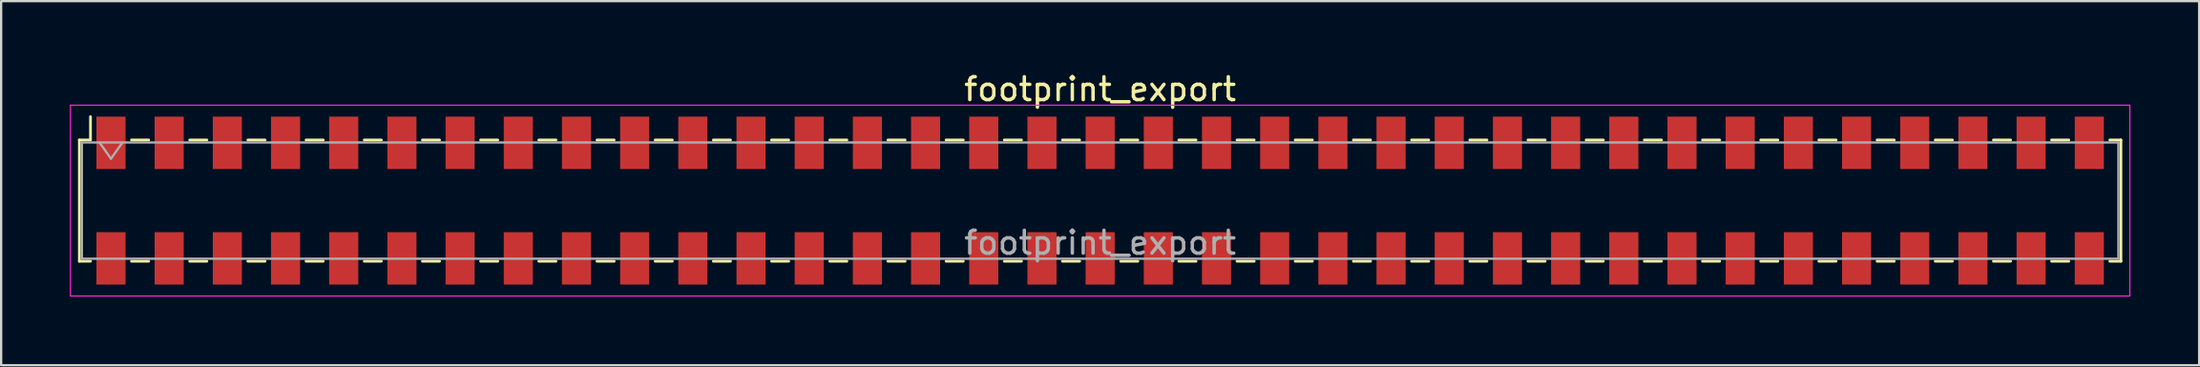
<source format=kicad_pcb>
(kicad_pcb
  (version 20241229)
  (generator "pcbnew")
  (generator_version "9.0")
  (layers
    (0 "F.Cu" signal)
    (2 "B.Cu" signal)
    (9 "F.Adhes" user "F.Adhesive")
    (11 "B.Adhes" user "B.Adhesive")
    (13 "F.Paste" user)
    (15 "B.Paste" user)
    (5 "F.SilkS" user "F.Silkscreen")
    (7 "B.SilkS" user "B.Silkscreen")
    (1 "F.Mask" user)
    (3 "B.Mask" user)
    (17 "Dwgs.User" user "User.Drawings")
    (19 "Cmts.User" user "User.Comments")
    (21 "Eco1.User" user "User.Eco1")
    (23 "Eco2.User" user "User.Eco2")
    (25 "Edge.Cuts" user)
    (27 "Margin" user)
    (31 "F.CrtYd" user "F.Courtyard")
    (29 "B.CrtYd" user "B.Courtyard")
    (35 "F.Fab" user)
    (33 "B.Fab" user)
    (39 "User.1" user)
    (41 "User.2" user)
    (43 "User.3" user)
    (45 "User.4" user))
  (footprint "footprint_export"
    (layer "F.Cu")
    (at 44.975 5.718)
    (property "Reference" "footprint_export" (at 0 -4.87 0) (layer "F.SilkS") (effects (font (size 1 1) (thickness 0.15))))
    (attr smd)
    (fp_line (start -44.56 -2.65) (end -44.56 2.65) (stroke (width 0.12) (type solid)) (layer "F.SilkS"))
    (fp_line (start -44.56 2.65) (end -44.075 2.65) (stroke (width 0.12) (type solid)) (layer "F.SilkS"))
    (fp_line (start -44.075 -3.67) (end -44.075 -2.65) (stroke (width 0.12) (type solid)) (layer "F.SilkS"))
    (fp_line (start -44.075 -2.65) (end -44.56 -2.65) (stroke (width 0.12) (type solid)) (layer "F.SilkS"))
    (fp_line (start -42.285 -2.65) (end -41.535 -2.65) (stroke (width 0.12) (type solid)) (layer "F.SilkS"))
    (fp_line (start -42.285 2.65) (end -41.535 2.65) (stroke (width 0.12) (type solid)) (layer "F.SilkS"))
    (fp_line (start -39.745 -2.65) (end -38.995 -2.65) (stroke (width 0.12) (type solid)) (layer "F.SilkS"))
    (fp_line (start -39.745 2.65) (end -38.995 2.65) (stroke (width 0.12) (type solid)) (layer "F.SilkS"))
    (fp_line (start -37.205 -2.65) (end -36.455 -2.65) (stroke (width 0.12) (type solid)) (layer "F.SilkS"))
    (fp_line (start -37.205 2.65) (end -36.455 2.65) (stroke (width 0.12) (type solid)) (layer "F.SilkS"))
    (fp_line (start -34.665 -2.65) (end -33.915 -2.65) (stroke (width 0.12) (type solid)) (layer "F.SilkS"))
    (fp_line (start -34.665 2.65) (end -33.915 2.65) (stroke (width 0.12) (type solid)) (layer "F.SilkS"))
    (fp_line (start -32.125 -2.65) (end -31.375 -2.65) (stroke (width 0.12) (type solid)) (layer "F.SilkS"))
    (fp_line (start -32.125 2.65) (end -31.375 2.65) (stroke (width 0.12) (type solid)) (layer "F.SilkS"))
    (fp_line (start -29.585 -2.65) (end -28.835 -2.65) (stroke (width 0.12) (type solid)) (layer "F.SilkS"))
    (fp_line (start -29.585 2.65) (end -28.835 2.65) (stroke (width 0.12) (type solid)) (layer "F.SilkS"))
    (fp_line (start -27.045 -2.65) (end -26.295 -2.65) (stroke (width 0.12) (type solid)) (layer "F.SilkS"))
    (fp_line (start -27.045 2.65) (end -26.295 2.65) (stroke (width 0.12) (type solid)) (layer "F.SilkS"))
    (fp_line (start -24.505 -2.65) (end -23.755 -2.65) (stroke (width 0.12) (type solid)) (layer "F.SilkS"))
    (fp_line (start -24.505 2.65) (end -23.755 2.65) (stroke (width 0.12) (type solid)) (layer "F.SilkS"))
    (fp_line (start -21.965 -2.65) (end -21.215 -2.65) (stroke (width 0.12) (type solid)) (layer "F.SilkS"))
    (fp_line (start -21.965 2.65) (end -21.215 2.65) (stroke (width 0.12) (type solid)) (layer "F.SilkS"))
    (fp_line (start -19.425 -2.65) (end -18.675 -2.65) (stroke (width 0.12) (type solid)) (layer "F.SilkS"))
    (fp_line (start -19.425 2.65) (end -18.675 2.65) (stroke (width 0.12) (type solid)) (layer "F.SilkS"))
    (fp_line (start -16.885 -2.65) (end -16.135 -2.65) (stroke (width 0.12) (type solid)) (layer "F.SilkS"))
    (fp_line (start -16.885 2.65) (end -16.135 2.65) (stroke (width 0.12) (type solid)) (layer "F.SilkS"))
    (fp_line (start -14.345 -2.65) (end -13.595 -2.65) (stroke (width 0.12) (type solid)) (layer "F.SilkS"))
    (fp_line (start -14.345 2.65) (end -13.595 2.65) (stroke (width 0.12) (type solid)) (layer "F.SilkS"))
    (fp_line (start -11.805 -2.65) (end -11.055 -2.65) (stroke (width 0.12) (type solid)) (layer "F.SilkS"))
    (fp_line (start -11.805 2.65) (end -11.055 2.65) (stroke (width 0.12) (type solid)) (layer "F.SilkS"))
    (fp_line (start -9.265 -2.65) (end -8.515 -2.65) (stroke (width 0.12) (type solid)) (layer "F.SilkS"))
    (fp_line (start -9.265 2.65) (end -8.515 2.65) (stroke (width 0.12) (type solid)) (layer "F.SilkS"))
    (fp_line (start -6.725 -2.65) (end -5.975 -2.65) (stroke (width 0.12) (type solid)) (layer "F.SilkS"))
    (fp_line (start -6.725 2.65) (end -5.975 2.65) (stroke (width 0.12) (type solid)) (layer "F.SilkS"))
    (fp_line (start -4.185 -2.65) (end -3.435 -2.65) (stroke (width 0.12) (type solid)) (layer "F.SilkS"))
    (fp_line (start -4.185 2.65) (end -3.435 2.65) (stroke (width 0.12) (type solid)) (layer "F.SilkS"))
    (fp_line (start -1.645 -2.65) (end -0.895 -2.65) (stroke (width 0.12) (type solid)) (layer "F.SilkS"))
    (fp_line (start -1.645 2.65) (end -0.895 2.65) (stroke (width 0.12) (type solid)) (layer "F.SilkS"))
    (fp_line (start 0.895 -2.65) (end 1.645 -2.65) (stroke (width 0.12) (type solid)) (layer "F.SilkS"))
    (fp_line (start 0.895 2.65) (end 1.645 2.65) (stroke (width 0.12) (type solid)) (layer "F.SilkS"))
    (fp_line (start 3.435 -2.65) (end 4.185 -2.65) (stroke (width 0.12) (type solid)) (layer "F.SilkS"))
    (fp_line (start 3.435 2.65) (end 4.185 2.65) (stroke (width 0.12) (type solid)) (layer "F.SilkS"))
    (fp_line (start 5.975 -2.65) (end 6.725 -2.65) (stroke (width 0.12) (type solid)) (layer "F.SilkS"))
    (fp_line (start 5.975 2.65) (end 6.725 2.65) (stroke (width 0.12) (type solid)) (layer "F.SilkS"))
    (fp_line (start 8.515 -2.65) (end 9.265 -2.65) (stroke (width 0.12) (type solid)) (layer "F.SilkS"))
    (fp_line (start 8.515 2.65) (end 9.265 2.65) (stroke (width 0.12) (type solid)) (layer "F.SilkS"))
    (fp_line (start 11.055 -2.65) (end 11.805 -2.65) (stroke (width 0.12) (type solid)) (layer "F.SilkS"))
    (fp_line (start 11.055 2.65) (end 11.805 2.65) (stroke (width 0.12) (type solid)) (layer "F.SilkS"))
    (fp_line (start 13.595 -2.65) (end 14.345 -2.65) (stroke (width 0.12) (type solid)) (layer "F.SilkS"))
    (fp_line (start 13.595 2.65) (end 14.345 2.65) (stroke (width 0.12) (type solid)) (layer "F.SilkS"))
    (fp_line (start 16.135 -2.65) (end 16.885 -2.65) (stroke (width 0.12) (type solid)) (layer "F.SilkS"))
    (fp_line (start 16.135 2.65) (end 16.885 2.65) (stroke (width 0.12) (type solid)) (layer "F.SilkS"))
    (fp_line (start 18.675 -2.65) (end 19.425 -2.65) (stroke (width 0.12) (type solid)) (layer "F.SilkS"))
    (fp_line (start 18.675 2.65) (end 19.425 2.65) (stroke (width 0.12) (type solid)) (layer "F.SilkS"))
    (fp_line (start 21.215 -2.65) (end 21.965 -2.65) (stroke (width 0.12) (type solid)) (layer "F.SilkS"))
    (fp_line (start 21.215 2.65) (end 21.965 2.65) (stroke (width 0.12) (type solid)) (layer "F.SilkS"))
    (fp_line (start 23.755 -2.65) (end 24.505 -2.65) (stroke (width 0.12) (type solid)) (layer "F.SilkS"))
    (fp_line (start 23.755 2.65) (end 24.505 2.65) (stroke (width 0.12) (type solid)) (layer "F.SilkS"))
    (fp_line (start 26.295 -2.65) (end 27.045 -2.65) (stroke (width 0.12) (type solid)) (layer "F.SilkS"))
    (fp_line (start 26.295 2.65) (end 27.045 2.65) (stroke (width 0.12) (type solid)) (layer "F.SilkS"))
    (fp_line (start 28.835 -2.65) (end 29.585 -2.65) (stroke (width 0.12) (type solid)) (layer "F.SilkS"))
    (fp_line (start 28.835 2.65) (end 29.585 2.65) (stroke (width 0.12) (type solid)) (layer "F.SilkS"))
    (fp_line (start 31.375 -2.65) (end 32.125 -2.65) (stroke (width 0.12) (type solid)) (layer "F.SilkS"))
    (fp_line (start 31.375 2.65) (end 32.125 2.65) (stroke (width 0.12) (type solid)) (layer "F.SilkS"))
    (fp_line (start 33.915 -2.65) (end 34.665 -2.65) (stroke (width 0.12) (type solid)) (layer "F.SilkS"))
    (fp_line (start 33.915 2.65) (end 34.665 2.65) (stroke (width 0.12) (type solid)) (layer "F.SilkS"))
    (fp_line (start 36.455 -2.65) (end 37.205 -2.65) (stroke (width 0.12) (type solid)) (layer "F.SilkS"))
    (fp_line (start 36.455 2.65) (end 37.205 2.65) (stroke (width 0.12) (type solid)) (layer "F.SilkS"))
    (fp_line (start 38.995 -2.65) (end 39.745 -2.65) (stroke (width 0.12) (type solid)) (layer "F.SilkS"))
    (fp_line (start 38.995 2.65) (end 39.745 2.65) (stroke (width 0.12) (type solid)) (layer "F.SilkS"))
    (fp_line (start 41.535 -2.65) (end 42.285 -2.65) (stroke (width 0.12) (type solid)) (layer "F.SilkS"))
    (fp_line (start 41.535 2.65) (end 42.285 2.65) (stroke (width 0.12) (type solid)) (layer "F.SilkS"))
    (fp_line (start 44.075 -2.65) (end 44.56 -2.65) (stroke (width 0.12) (type solid)) (layer "F.SilkS"))
    (fp_line (start 44.56 -2.65) (end 44.56 2.65) (stroke (width 0.12) (type solid)) (layer "F.SilkS"))
    (fp_line (start 44.56 2.65) (end 44.075 2.65) (stroke (width 0.12) (type solid)) (layer "F.SilkS"))
    (fp_line (start -44.95 -4.17) (end 44.95 -4.17) (stroke (width 0.05) (type solid)) (layer "F.CrtYd"))
    (fp_line (start -44.95 4.17) (end -44.95 -4.17) (stroke (width 0.05) (type solid)) (layer "F.CrtYd"))
    (fp_line (start 44.95 -4.17) (end 44.95 4.17) (stroke (width 0.05) (type solid)) (layer "F.CrtYd"))
    (fp_line (start 44.95 4.17) (end -44.95 4.17) (stroke (width 0.05) (type solid)) (layer "F.CrtYd"))
    (fp_line (start -44.45 -2.54) (end 44.45 -2.54) (stroke (width 0.1) (type solid)) (layer "F.Fab"))
    (fp_line (start -44.45 2.54) (end -44.45 -2.54) (stroke (width 0.1) (type solid)) (layer "F.Fab"))
    (fp_line (start -43.68 -2.54) (end -43.18 -1.833) (stroke (width 0.1) (type solid)) (layer "F.Fab"))
    (fp_line (start -43.18 -1.833) (end -42.68 -2.54) (stroke (width 0.1) (type solid)) (layer "F.Fab"))
    (fp_line (start 44.45 -2.54) (end 44.45 2.54) (stroke (width 0.1) (type solid)) (layer "F.Fab"))
    (fp_line (start 44.45 2.54) (end -44.45 2.54) (stroke (width 0.1) (type solid)) (layer "F.Fab"))
    (fp_text user "${REFERENCE}" (at 0 1.84 0) (layer "F.Fab") (effects (font (size 1 1) (thickness 0.15))))
    (pad "1" smd rect (at -43.18 -2.525) (size 1.27 2.29) (layers "F.Cu" "F.Mask" "F.Paste"))
    (pad "2" smd rect (at -43.18 2.525) (size 1.27 2.29) (layers "F.Cu" "F.Mask" "F.Paste"))
    (pad "3" smd rect (at -40.64 -2.525) (size 1.27 2.29) (layers "F.Cu" "F.Mask" "F.Paste"))
    (pad "4" smd rect (at -40.64 2.525) (size 1.27 2.29) (layers "F.Cu" "F.Mask" "F.Paste"))
    (pad "5" smd rect (at -38.1 -2.525) (size 1.27 2.29) (layers "F.Cu" "F.Mask" "F.Paste"))
    (pad "6" smd rect (at -38.1 2.525) (size 1.27 2.29) (layers "F.Cu" "F.Mask" "F.Paste"))
    (pad "7" smd rect (at -35.56 -2.525) (size 1.27 2.29) (layers "F.Cu" "F.Mask" "F.Paste"))
    (pad "8" smd rect (at -35.56 2.525) (size 1.27 2.29) (layers "F.Cu" "F.Mask" "F.Paste"))
    (pad "9" smd rect (at -33.02 -2.525) (size 1.27 2.29) (layers "F.Cu" "F.Mask" "F.Paste"))
    (pad "10" smd rect (at -33.02 2.525) (size 1.27 2.29) (layers "F.Cu" "F.Mask" "F.Paste"))
    (pad "11" smd rect (at -30.48 -2.525) (size 1.27 2.29) (layers "F.Cu" "F.Mask" "F.Paste"))
    (pad "12" smd rect (at -30.48 2.525) (size 1.27 2.29) (layers "F.Cu" "F.Mask" "F.Paste"))
    (pad "13" smd rect (at -27.94 -2.525) (size 1.27 2.29) (layers "F.Cu" "F.Mask" "F.Paste"))
    (pad "14" smd rect (at -27.94 2.525) (size 1.27 2.29) (layers "F.Cu" "F.Mask" "F.Paste"))
    (pad "15" smd rect (at -25.4 -2.525) (size 1.27 2.29) (layers "F.Cu" "F.Mask" "F.Paste"))
    (pad "16" smd rect (at -25.4 2.525) (size 1.27 2.29) (layers "F.Cu" "F.Mask" "F.Paste"))
    (pad "17" smd rect (at -22.86 -2.525) (size 1.27 2.29) (layers "F.Cu" "F.Mask" "F.Paste"))
    (pad "18" smd rect (at -22.86 2.525) (size 1.27 2.29) (layers "F.Cu" "F.Mask" "F.Paste"))
    (pad "19" smd rect (at -20.32 -2.525) (size 1.27 2.29) (layers "F.Cu" "F.Mask" "F.Paste"))
    (pad "20" smd rect (at -20.32 2.525) (size 1.27 2.29) (layers "F.Cu" "F.Mask" "F.Paste"))
    (pad "21" smd rect (at -17.78 -2.525) (size 1.27 2.29) (layers "F.Cu" "F.Mask" "F.Paste"))
    (pad "22" smd rect (at -17.78 2.525) (size 1.27 2.29) (layers "F.Cu" "F.Mask" "F.Paste"))
    (pad "23" smd rect (at -15.24 -2.525) (size 1.27 2.29) (layers "F.Cu" "F.Mask" "F.Paste"))
    (pad "24" smd rect (at -15.24 2.525) (size 1.27 2.29) (layers "F.Cu" "F.Mask" "F.Paste"))
    (pad "25" smd rect (at -12.7 -2.525) (size 1.27 2.29) (layers "F.Cu" "F.Mask" "F.Paste"))
    (pad "26" smd rect (at -12.7 2.525) (size 1.27 2.29) (layers "F.Cu" "F.Mask" "F.Paste"))
    (pad "27" smd rect (at -10.16 -2.525) (size 1.27 2.29) (layers "F.Cu" "F.Mask" "F.Paste"))
    (pad "28" smd rect (at -10.16 2.525) (size 1.27 2.29) (layers "F.Cu" "F.Mask" "F.Paste"))
    (pad "29" smd rect (at -7.62 -2.525) (size 1.27 2.29) (layers "F.Cu" "F.Mask" "F.Paste"))
    (pad "30" smd rect (at -7.62 2.525) (size 1.27 2.29) (layers "F.Cu" "F.Mask" "F.Paste"))
    (pad "31" smd rect (at -5.08 -2.525) (size 1.27 2.29) (layers "F.Cu" "F.Mask" "F.Paste"))
    (pad "32" smd rect (at -5.08 2.525) (size 1.27 2.29) (layers "F.Cu" "F.Mask" "F.Paste"))
    (pad "33" smd rect (at -2.54 -2.525) (size 1.27 2.29) (layers "F.Cu" "F.Mask" "F.Paste"))
    (pad "34" smd rect (at -2.54 2.525) (size 1.27 2.29) (layers "F.Cu" "F.Mask" "F.Paste"))
    (pad "35" smd rect (at 0 -2.525) (size 1.27 2.29) (layers "F.Cu" "F.Mask" "F.Paste"))
    (pad "36" smd rect (at 0 2.525) (size 1.27 2.29) (layers "F.Cu" "F.Mask" "F.Paste"))
    (pad "37" smd rect (at 2.54 -2.525) (size 1.27 2.29) (layers "F.Cu" "F.Mask" "F.Paste"))
    (pad "38" smd rect (at 2.54 2.525) (size 1.27 2.29) (layers "F.Cu" "F.Mask" "F.Paste"))
    (pad "39" smd rect (at 5.08 -2.525) (size 1.27 2.29) (layers "F.Cu" "F.Mask" "F.Paste"))
    (pad "40" smd rect (at 5.08 2.525) (size 1.27 2.29) (layers "F.Cu" "F.Mask" "F.Paste"))
    (pad "41" smd rect (at 7.62 -2.525) (size 1.27 2.29) (layers "F.Cu" "F.Mask" "F.Paste"))
    (pad "42" smd rect (at 7.62 2.525) (size 1.27 2.29) (layers "F.Cu" "F.Mask" "F.Paste"))
    (pad "43" smd rect (at 10.16 -2.525) (size 1.27 2.29) (layers "F.Cu" "F.Mask" "F.Paste"))
    (pad "44" smd rect (at 10.16 2.525) (size 1.27 2.29) (layers "F.Cu" "F.Mask" "F.Paste"))
    (pad "45" smd rect (at 12.7 -2.525) (size 1.27 2.29) (layers "F.Cu" "F.Mask" "F.Paste"))
    (pad "46" smd rect (at 12.7 2.525) (size 1.27 2.29) (layers "F.Cu" "F.Mask" "F.Paste"))
    (pad "47" smd rect (at 15.24 -2.525) (size 1.27 2.29) (layers "F.Cu" "F.Mask" "F.Paste"))
    (pad "48" smd rect (at 15.24 2.525) (size 1.27 2.29) (layers "F.Cu" "F.Mask" "F.Paste"))
    (pad "49" smd rect (at 17.78 -2.525) (size 1.27 2.29) (layers "F.Cu" "F.Mask" "F.Paste"))
    (pad "50" smd rect (at 17.78 2.525) (size 1.27 2.29) (layers "F.Cu" "F.Mask" "F.Paste"))
    (pad "51" smd rect (at 20.32 -2.525) (size 1.27 2.29) (layers "F.Cu" "F.Mask" "F.Paste"))
    (pad "52" smd rect (at 20.32 2.525) (size 1.27 2.29) (layers "F.Cu" "F.Mask" "F.Paste"))
    (pad "53" smd rect (at 22.86 -2.525) (size 1.27 2.29) (layers "F.Cu" "F.Mask" "F.Paste"))
    (pad "54" smd rect (at 22.86 2.525) (size 1.27 2.29) (layers "F.Cu" "F.Mask" "F.Paste"))
    (pad "55" smd rect (at 25.4 -2.525) (size 1.27 2.29) (layers "F.Cu" "F.Mask" "F.Paste"))
    (pad "56" smd rect (at 25.4 2.525) (size 1.27 2.29) (layers "F.Cu" "F.Mask" "F.Paste"))
    (pad "57" smd rect (at 27.94 -2.525) (size 1.27 2.29) (layers "F.Cu" "F.Mask" "F.Paste"))
    (pad "58" smd rect (at 27.94 2.525) (size 1.27 2.29) (layers "F.Cu" "F.Mask" "F.Paste"))
    (pad "59" smd rect (at 30.48 -2.525) (size 1.27 2.29) (layers "F.Cu" "F.Mask" "F.Paste"))
    (pad "60" smd rect (at 30.48 2.525) (size 1.27 2.29) (layers "F.Cu" "F.Mask" "F.Paste"))
    (pad "61" smd rect (at 33.02 -2.525) (size 1.27 2.29) (layers "F.Cu" "F.Mask" "F.Paste"))
    (pad "62" smd rect (at 33.02 2.525) (size 1.27 2.29) (layers "F.Cu" "F.Mask" "F.Paste"))
    (pad "63" smd rect (at 35.56 -2.525) (size 1.27 2.29) (layers "F.Cu" "F.Mask" "F.Paste"))
    (pad "64" smd rect (at 35.56 2.525) (size 1.27 2.29) (layers "F.Cu" "F.Mask" "F.Paste"))
    (pad "65" smd rect (at 38.1 -2.525) (size 1.27 2.29) (layers "F.Cu" "F.Mask" "F.Paste"))
    (pad "66" smd rect (at 38.1 2.525) (size 1.27 2.29) (layers "F.Cu" "F.Mask" "F.Paste"))
    (pad "67" smd rect (at 40.64 -2.525) (size 1.27 2.29) (layers "F.Cu" "F.Mask" "F.Paste"))
    (pad "68" smd rect (at 40.64 2.525) (size 1.27 2.29) (layers "F.Cu" "F.Mask" "F.Paste"))
    (pad "69" smd rect (at 43.18 -2.525) (size 1.27 2.29) (layers "F.Cu" "F.Mask" "F.Paste"))
    (pad "70" smd rect (at 43.18 2.525) (size 1.27 2.29) (layers "F.Cu" "F.Mask" "F.Paste")))
  (gr_rect
    (start -3 -3)
    (end 92.95 12.913)
    (stroke (width 0.1) (type default))
    (fill no)
    (layer "Edge.Cuts")))
</source>
